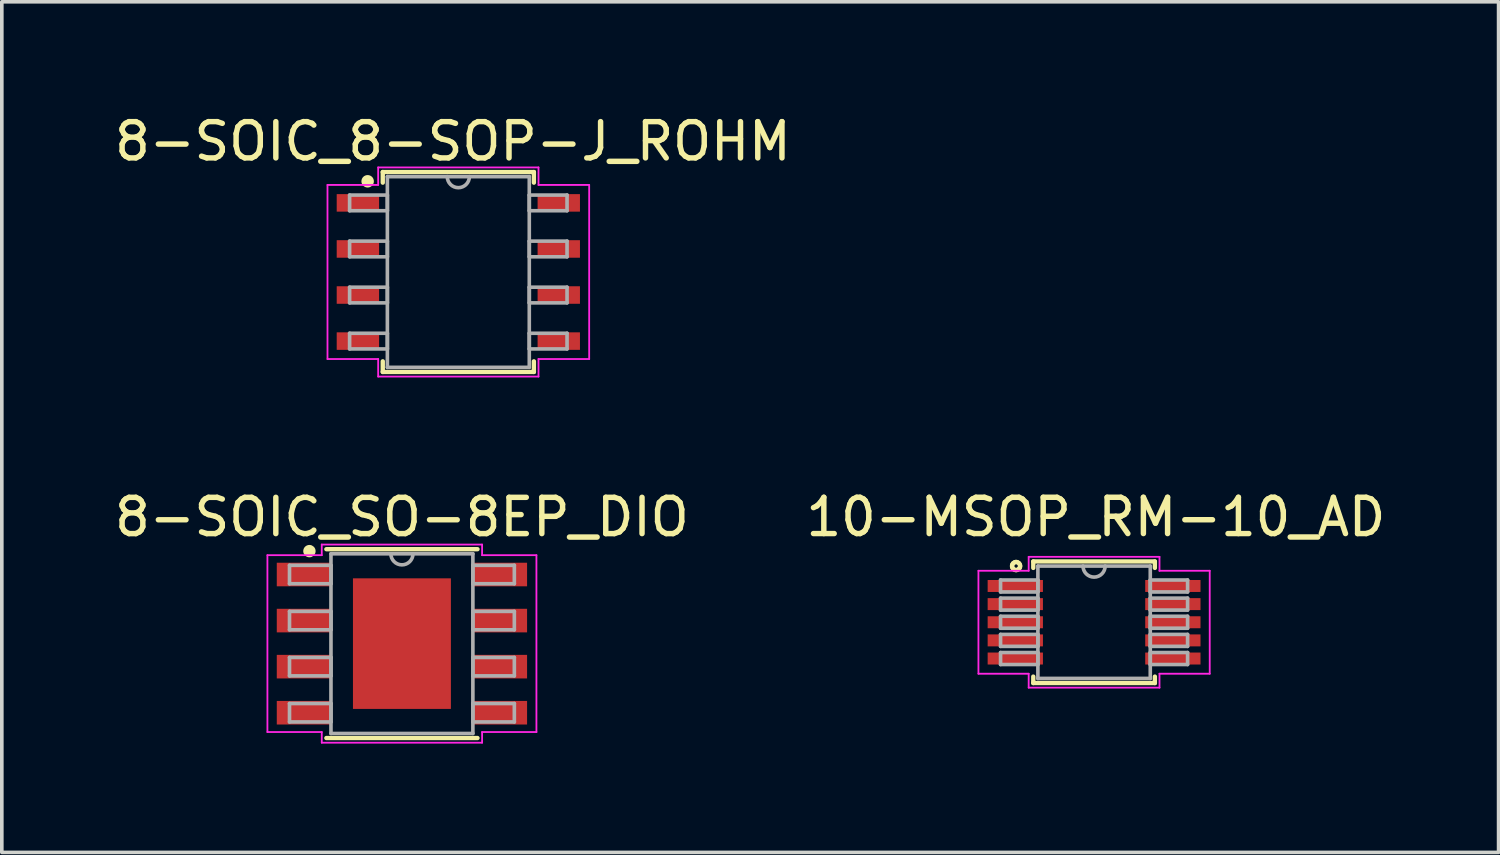
<source format=kicad_pcb>
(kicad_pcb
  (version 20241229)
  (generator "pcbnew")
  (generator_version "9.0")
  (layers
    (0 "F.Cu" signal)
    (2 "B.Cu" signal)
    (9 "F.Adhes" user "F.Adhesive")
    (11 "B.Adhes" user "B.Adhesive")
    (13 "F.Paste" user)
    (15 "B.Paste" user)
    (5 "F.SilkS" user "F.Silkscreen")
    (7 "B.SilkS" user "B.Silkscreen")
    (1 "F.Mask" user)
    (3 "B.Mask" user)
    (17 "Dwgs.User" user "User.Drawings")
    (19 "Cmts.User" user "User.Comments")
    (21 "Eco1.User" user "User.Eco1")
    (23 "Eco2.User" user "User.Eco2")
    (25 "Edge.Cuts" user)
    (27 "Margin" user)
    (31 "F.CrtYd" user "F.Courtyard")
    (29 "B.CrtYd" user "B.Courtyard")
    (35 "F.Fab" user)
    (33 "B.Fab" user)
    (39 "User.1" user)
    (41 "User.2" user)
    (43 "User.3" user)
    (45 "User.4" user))
  (footprint "8-SOIC_SO-8EP_DIO"
    (layer "F.Cu")
    (at 8.03 14.693)
    (property "Reference" "8-SOIC_SO-8EP_DIO" (at 0 -3.488 0) (layer "F.SilkS") (effects (font (size 1 1) (thickness 0.15))))
    (attr smd)
    (fp_line (start -2.083 2.603) (end 2.083 2.603) (stroke (width 0.12) (type solid)) (layer "F.SilkS"))
    (fp_line (start 2.083 -2.603) (end -2.083 -2.603) (stroke (width 0.12) (type solid)) (layer "F.SilkS"))
    (fp_circle (center -2.55 -2.55) (end -2.55 -2.55) (stroke (width 0.12) (type solid)) (fill no) (layer "F.SilkS"))
    (fp_circle (center -2.55 -2.55) (end -2.441 -2.532) (stroke (width 0.12) (type solid)) (fill no) (layer "F.SilkS"))
    (fp_poly (pts (xy -1.107 -1.437) (xy -1.107 -0.1) (xy 1.107 -0.1) (xy 1.107 -1.437)) (stroke (width 0.1) (type solid)) (fill yes) (layer "F.Paste"))
    (fp_poly (pts (xy -1.107 0.1) (xy -1.107 1.437) (xy 1.107 1.437) (xy 1.107 0.1)) (stroke (width 0.1) (type solid)) (fill yes) (layer "F.Paste"))
    (fp_line (start -3.708 -2.438) (end -2.21 -2.438) (stroke (width 0.05) (type solid)) (layer "F.CrtYd"))
    (fp_line (start -3.708 2.438) (end -3.708 -2.438) (stroke (width 0.05) (type solid)) (layer "F.CrtYd"))
    (fp_line (start -2.21 -2.731) (end 2.21 -2.731) (stroke (width 0.05) (type solid)) (layer "F.CrtYd"))
    (fp_line (start -2.21 -2.438) (end -2.21 -2.731) (stroke (width 0.05) (type solid)) (layer "F.CrtYd"))
    (fp_line (start -2.21 2.438) (end -3.708 2.438) (stroke (width 0.05) (type solid)) (layer "F.CrtYd"))
    (fp_line (start -2.21 2.731) (end -2.21 2.438) (stroke (width 0.05) (type solid)) (layer "F.CrtYd"))
    (fp_line (start 2.21 -2.731) (end 2.21 -2.438) (stroke (width 0.05) (type solid)) (layer "F.CrtYd"))
    (fp_line (start 2.21 -2.438) (end 3.708 -2.438) (stroke (width 0.05) (type solid)) (layer "F.CrtYd"))
    (fp_line (start 2.21 2.438) (end 2.21 2.731) (stroke (width 0.05) (type solid)) (layer "F.CrtYd"))
    (fp_line (start 2.21 2.731) (end -2.21 2.731) (stroke (width 0.05) (type solid)) (layer "F.CrtYd"))
    (fp_line (start 3.708 -2.438) (end 3.708 2.438) (stroke (width 0.05) (type solid)) (layer "F.CrtYd"))
    (fp_line (start 3.708 2.438) (end 2.21 2.438) (stroke (width 0.05) (type solid)) (layer "F.CrtYd"))
    (fp_line (start -3.099 -2.159) (end -3.099 -1.651) (stroke (width 0.1) (type solid)) (layer "F.Fab"))
    (fp_line (start -3.099 -1.651) (end -1.956 -1.651) (stroke (width 0.1) (type solid)) (layer "F.Fab"))
    (fp_line (start -3.099 -0.889) (end -3.099 -0.381) (stroke (width 0.1) (type solid)) (layer "F.Fab"))
    (fp_line (start -3.099 -0.381) (end -1.956 -0.381) (stroke (width 0.1) (type solid)) (layer "F.Fab"))
    (fp_line (start -3.099 0.381) (end -3.099 0.889) (stroke (width 0.1) (type solid)) (layer "F.Fab"))
    (fp_line (start -3.099 0.889) (end -1.956 0.889) (stroke (width 0.1) (type solid)) (layer "F.Fab"))
    (fp_line (start -3.099 1.651) (end -3.099 2.159) (stroke (width 0.1) (type solid)) (layer "F.Fab"))
    (fp_line (start -3.099 2.159) (end -1.956 2.159) (stroke (width 0.1) (type solid)) (layer "F.Fab"))
    (fp_line (start -1.956 -2.477) (end -1.956 2.477) (stroke (width 0.1) (type solid)) (layer "F.Fab"))
    (fp_line (start -1.956 -2.159) (end -3.099 -2.159) (stroke (width 0.1) (type solid)) (layer "F.Fab"))
    (fp_line (start -1.956 -1.651) (end -1.956 -2.159) (stroke (width 0.1) (type solid)) (layer "F.Fab"))
    (fp_line (start -1.956 -0.889) (end -3.099 -0.889) (stroke (width 0.1) (type solid)) (layer "F.Fab"))
    (fp_line (start -1.956 -0.381) (end -1.956 -0.889) (stroke (width 0.1) (type solid)) (layer "F.Fab"))
    (fp_line (start -1.956 0.381) (end -3.099 0.381) (stroke (width 0.1) (type solid)) (layer "F.Fab"))
    (fp_line (start -1.956 0.889) (end -1.956 0.381) (stroke (width 0.1) (type solid)) (layer "F.Fab"))
    (fp_line (start -1.956 1.651) (end -3.099 1.651) (stroke (width 0.1) (type solid)) (layer "F.Fab"))
    (fp_line (start -1.956 2.159) (end -1.956 1.651) (stroke (width 0.1) (type solid)) (layer "F.Fab"))
    (fp_line (start -1.956 2.477) (end 1.956 2.477) (stroke (width 0.1) (type solid)) (layer "F.Fab"))
    (fp_line (start 1.956 -2.477) (end -1.956 -2.477) (stroke (width 0.1) (type solid)) (layer "F.Fab"))
    (fp_line (start 1.956 -2.159) (end 1.956 -1.651) (stroke (width 0.1) (type solid)) (layer "F.Fab"))
    (fp_line (start 1.956 -1.651) (end 3.099 -1.651) (stroke (width 0.1) (type solid)) (layer "F.Fab"))
    (fp_line (start 1.956 -0.889) (end 1.956 -0.381) (stroke (width 0.1) (type solid)) (layer "F.Fab"))
    (fp_line (start 1.956 -0.381) (end 3.099 -0.381) (stroke (width 0.1) (type solid)) (layer "F.Fab"))
    (fp_line (start 1.956 0.381) (end 1.956 0.889) (stroke (width 0.1) (type solid)) (layer "F.Fab"))
    (fp_line (start 1.956 0.889) (end 3.099 0.889) (stroke (width 0.1) (type solid)) (layer "F.Fab"))
    (fp_line (start 1.956 1.651) (end 1.956 2.159) (stroke (width 0.1) (type solid)) (layer "F.Fab"))
    (fp_line (start 1.956 2.159) (end 3.099 2.159) (stroke (width 0.1) (type solid)) (layer "F.Fab"))
    (fp_line (start 1.956 2.477) (end 1.956 -2.477) (stroke (width 0.1) (type solid)) (layer "F.Fab"))
    (fp_line (start 3.099 -2.159) (end 1.956 -2.159) (stroke (width 0.1) (type solid)) (layer "F.Fab"))
    (fp_line (start 3.099 -1.651) (end 3.099 -2.159) (stroke (width 0.1) (type solid)) (layer "F.Fab"))
    (fp_line (start 3.099 -0.889) (end 1.956 -0.889) (stroke (width 0.1) (type solid)) (layer "F.Fab"))
    (fp_line (start 3.099 -0.381) (end 3.099 -0.889) (stroke (width 0.1) (type solid)) (layer "F.Fab"))
    (fp_line (start 3.099 0.381) (end 1.956 0.381) (stroke (width 0.1) (type solid)) (layer "F.Fab"))
    (fp_line (start 3.099 0.889) (end 3.099 0.381) (stroke (width 0.1) (type solid)) (layer "F.Fab"))
    (fp_line (start 3.099 1.651) (end 1.956 1.651) (stroke (width 0.1) (type solid)) (layer "F.Fab"))
    (fp_line (start 3.099 2.159) (end 3.099 1.651) (stroke (width 0.1) (type solid)) (layer "F.Fab"))
    (fp_arc (start 0.3048 -2.4765) (mid 0 -2.1717) (end -0.3048 -2.4765) (stroke (width 0.1) (type solid)) (layer "F.Fab"))
    (pad "1" smd rect (at -2.7 -1.905) (size 1.5 0.65) (layers "F.Cu" "F.Mask" "F.Paste"))
    (pad "2" smd rect (at -2.7 -0.635) (size 1.5 0.65) (layers "F.Cu" "F.Mask" "F.Paste"))
    (pad "3" smd rect (at -2.7 0.635) (size 1.5 0.65) (layers "F.Cu" "F.Mask" "F.Paste"))
    (pad "4" smd rect (at -2.7 1.905) (size 1.5 0.65) (layers "F.Cu" "F.Mask" "F.Paste"))
    (pad "5" smd rect (at 2.7 1.905) (size 1.5 0.65) (layers "F.Cu" "F.Mask" "F.Paste"))
    (pad "6" smd rect (at 2.7 0.635) (size 1.5 0.65) (layers "F.Cu" "F.Mask" "F.Paste"))
    (pad "7" smd rect (at 2.7 -0.635) (size 1.5 0.65) (layers "F.Cu" "F.Mask" "F.Paste"))
    (pad "8" smd rect (at 2.7 -1.905) (size 1.5 0.65) (layers "F.Cu" "F.Mask" "F.Paste"))
    (pad "EPAD" smd rect (at 0 0) (size 2.7 3.6) (layers "F.Cu" "F.Mask")))
  (footprint "8-SOIC_8-SOP-J_ROHM"
    (layer "F.Cu")
    (at 9.585 4.448)
    (property "Reference" "8-SOIC_8-SOP-J_ROHM" (at -0.15 -3.6 0) (layer "F.SilkS") (effects (font (size 1 1) (thickness 0.15))))
    (attr smd)
    (fp_line (start -2.083 -2.756) (end -2.083 -2.463) (stroke (width 0.12) (type solid)) (layer "F.SilkS"))
    (fp_line (start -2.083 2.463) (end -2.083 2.756) (stroke (width 0.12) (type solid)) (layer "F.SilkS"))
    (fp_line (start -2.083 2.756) (end 2.083 2.756) (stroke (width 0.12) (type solid)) (layer "F.SilkS"))
    (fp_line (start 2.083 -2.756) (end -2.083 -2.756) (stroke (width 0.12) (type solid)) (layer "F.SilkS"))
    (fp_line (start 2.083 -2.463) (end 2.083 -2.756) (stroke (width 0.12) (type solid)) (layer "F.SilkS"))
    (fp_line (start 2.083 2.756) (end 2.083 2.463) (stroke (width 0.12) (type solid)) (layer "F.SilkS"))
    (fp_circle (center -2.5 -2.5) (end -2.5 -2.5) (stroke (width 0.12) (type solid)) (fill no) (layer "F.SilkS"))
    (fp_circle (center -2.5 -2.5) (end -2.45 -2.4) (stroke (width 0.12) (type solid)) (fill no) (layer "F.SilkS"))
    (fp_line (start -3.607 -2.4) (end -2.21 -2.4) (stroke (width 0.05) (type solid)) (layer "F.CrtYd"))
    (fp_line (start -3.607 2.4) (end -3.607 -2.4) (stroke (width 0.05) (type solid)) (layer "F.CrtYd"))
    (fp_line (start -2.21 -2.883) (end 2.21 -2.883) (stroke (width 0.05) (type solid)) (layer "F.CrtYd"))
    (fp_line (start -2.21 -2.4) (end -2.21 -2.883) (stroke (width 0.05) (type solid)) (layer "F.CrtYd"))
    (fp_line (start -2.21 2.4) (end -3.607 2.4) (stroke (width 0.05) (type solid)) (layer "F.CrtYd"))
    (fp_line (start -2.21 2.883) (end -2.21 2.4) (stroke (width 0.05) (type solid)) (layer "F.CrtYd"))
    (fp_line (start 2.21 -2.883) (end 2.21 -2.4) (stroke (width 0.05) (type solid)) (layer "F.CrtYd"))
    (fp_line (start 2.21 -2.4) (end 3.607 -2.4) (stroke (width 0.05) (type solid)) (layer "F.CrtYd"))
    (fp_line (start 2.21 2.4) (end 2.21 2.883) (stroke (width 0.05) (type solid)) (layer "F.CrtYd"))
    (fp_line (start 2.21 2.883) (end -2.21 2.883) (stroke (width 0.05) (type solid)) (layer "F.CrtYd"))
    (fp_line (start 3.607 -2.4) (end 3.607 2.4) (stroke (width 0.05) (type solid)) (layer "F.CrtYd"))
    (fp_line (start 3.607 2.4) (end 2.21 2.4) (stroke (width 0.05) (type solid)) (layer "F.CrtYd"))
    (fp_line (start -2.997 -2.121) (end -2.997 -1.689) (stroke (width 0.1) (type solid)) (layer "F.Fab"))
    (fp_line (start -2.997 -1.689) (end -1.956 -1.689) (stroke (width 0.1) (type solid)) (layer "F.Fab"))
    (fp_line (start -2.997 -0.851) (end -2.997 -0.419) (stroke (width 0.1) (type solid)) (layer "F.Fab"))
    (fp_line (start -2.997 -0.419) (end -1.956 -0.419) (stroke (width 0.1) (type solid)) (layer "F.Fab"))
    (fp_line (start -2.997 0.419) (end -2.997 0.851) (stroke (width 0.1) (type solid)) (layer "F.Fab"))
    (fp_line (start -2.997 0.851) (end -1.956 0.851) (stroke (width 0.1) (type solid)) (layer "F.Fab"))
    (fp_line (start -2.997 1.689) (end -2.997 2.121) (stroke (width 0.1) (type solid)) (layer "F.Fab"))
    (fp_line (start -2.997 2.121) (end -1.956 2.121) (stroke (width 0.1) (type solid)) (layer "F.Fab"))
    (fp_line (start -1.956 -2.629) (end -1.956 2.629) (stroke (width 0.1) (type solid)) (layer "F.Fab"))
    (fp_line (start -1.956 -2.121) (end -2.997 -2.121) (stroke (width 0.1) (type solid)) (layer "F.Fab"))
    (fp_line (start -1.956 -1.689) (end -1.956 -2.121) (stroke (width 0.1) (type solid)) (layer "F.Fab"))
    (fp_line (start -1.956 -0.851) (end -2.997 -0.851) (stroke (width 0.1) (type solid)) (layer "F.Fab"))
    (fp_line (start -1.956 -0.419) (end -1.956 -0.851) (stroke (width 0.1) (type solid)) (layer "F.Fab"))
    (fp_line (start -1.956 0.419) (end -2.997 0.419) (stroke (width 0.1) (type solid)) (layer "F.Fab"))
    (fp_line (start -1.956 0.851) (end -1.956 0.419) (stroke (width 0.1) (type solid)) (layer "F.Fab"))
    (fp_line (start -1.956 1.689) (end -2.997 1.689) (stroke (width 0.1) (type solid)) (layer "F.Fab"))
    (fp_line (start -1.956 2.121) (end -1.956 1.689) (stroke (width 0.1) (type solid)) (layer "F.Fab"))
    (fp_line (start -1.956 2.629) (end 1.956 2.629) (stroke (width 0.1) (type solid)) (layer "F.Fab"))
    (fp_line (start 1.956 -2.629) (end -1.956 -2.629) (stroke (width 0.1) (type solid)) (layer "F.Fab"))
    (fp_line (start 1.956 -2.121) (end 1.956 -1.689) (stroke (width 0.1) (type solid)) (layer "F.Fab"))
    (fp_line (start 1.956 -1.689) (end 2.997 -1.689) (stroke (width 0.1) (type solid)) (layer "F.Fab"))
    (fp_line (start 1.956 -0.851) (end 1.956 -0.419) (stroke (width 0.1) (type solid)) (layer "F.Fab"))
    (fp_line (start 1.956 -0.419) (end 2.997 -0.419) (stroke (width 0.1) (type solid)) (layer "F.Fab"))
    (fp_line (start 1.956 0.419) (end 1.956 0.851) (stroke (width 0.1) (type solid)) (layer "F.Fab"))
    (fp_line (start 1.956 0.851) (end 2.997 0.851) (stroke (width 0.1) (type solid)) (layer "F.Fab"))
    (fp_line (start 1.956 1.689) (end 1.956 2.121) (stroke (width 0.1) (type solid)) (layer "F.Fab"))
    (fp_line (start 1.956 2.121) (end 2.997 2.121) (stroke (width 0.1) (type solid)) (layer "F.Fab"))
    (fp_line (start 1.956 2.629) (end 1.956 -2.629) (stroke (width 0.1) (type solid)) (layer "F.Fab"))
    (fp_line (start 2.997 -2.121) (end 1.956 -2.121) (stroke (width 0.1) (type solid)) (layer "F.Fab"))
    (fp_line (start 2.997 -1.689) (end 2.997 -2.121) (stroke (width 0.1) (type solid)) (layer "F.Fab"))
    (fp_line (start 2.997 -0.851) (end 1.956 -0.851) (stroke (width 0.1) (type solid)) (layer "F.Fab"))
    (fp_line (start 2.997 -0.419) (end 2.997 -0.851) (stroke (width 0.1) (type solid)) (layer "F.Fab"))
    (fp_line (start 2.997 0.419) (end 1.956 0.419) (stroke (width 0.1) (type solid)) (layer "F.Fab"))
    (fp_line (start 2.997 0.851) (end 2.997 0.419) (stroke (width 0.1) (type solid)) (layer "F.Fab"))
    (fp_line (start 2.997 1.689) (end 1.956 1.689) (stroke (width 0.1) (type solid)) (layer "F.Fab"))
    (fp_line (start 2.997 2.121) (end 2.997 1.689) (stroke (width 0.1) (type solid)) (layer "F.Fab"))
    (fp_arc (start 0.3048 -2.6289) (mid 0 -2.3241) (end -0.3048 -2.6289) (stroke (width 0.1) (type solid)) (layer "F.Fab"))
    (pad "1" smd rect (at -2.769 -1.905) (size 1.168 0.483) (layers "F.Cu" "F.Mask" "F.Paste"))
    (pad "2" smd rect (at -2.769 -0.635) (size 1.168 0.483) (layers "F.Cu" "F.Mask" "F.Paste"))
    (pad "3" smd rect (at -2.769 0.635) (size 1.168 0.483) (layers "F.Cu" "F.Mask" "F.Paste"))
    (pad "4" smd rect (at -2.769 1.905) (size 1.168 0.483) (layers "F.Cu" "F.Mask" "F.Paste"))
    (pad "5" smd rect (at 2.769 1.905) (size 1.168 0.483) (layers "F.Cu" "F.Mask" "F.Paste"))
    (pad "6" smd rect (at 2.769 0.635) (size 1.168 0.483) (layers "F.Cu" "F.Mask" "F.Paste"))
    (pad "7" smd rect (at 2.769 -0.635) (size 1.168 0.483) (layers "F.Cu" "F.Mask" "F.Paste"))
    (pad "8" smd rect (at 2.769 -1.905) (size 1.168 0.483) (layers "F.Cu" "F.Mask" "F.Paste")))
  (footprint "10-MSOP_RM-10_AD"
    (layer "F.Cu")
    (at 27.111 14.104)
    (property "Reference" "10-MSOP_RM-10_AD" (at 0.05 -2.9 0) (layer "F.SilkS") (effects (font (size 1 1) (thickness 0.15))))
    (attr smd)
    (fp_line (start -1.676 -1.676) (end -1.676 -1.498) (stroke (width 0.12) (type solid)) (layer "F.SilkS"))
    (fp_line (start -1.676 1.498) (end -1.676 1.676) (stroke (width 0.12) (type solid)) (layer "F.SilkS"))
    (fp_line (start -1.676 1.676) (end 1.676 1.676) (stroke (width 0.12) (type solid)) (layer "F.SilkS"))
    (fp_line (start 1.676 -1.676) (end -1.676 -1.676) (stroke (width 0.12) (type solid)) (layer "F.SilkS"))
    (fp_line (start 1.676 -1.498) (end 1.676 -1.676) (stroke (width 0.12) (type solid)) (layer "F.SilkS"))
    (fp_line (start 1.676 1.676) (end 1.676 1.498) (stroke (width 0.12) (type solid)) (layer "F.SilkS"))
    (fp_circle (center -2.15 -1.55) (end -2.1 -1.55) (stroke (width 0.12) (type solid)) (fill no) (layer "F.SilkS"))
    (fp_circle (center -2.15 -1.55) (end -2.1 -1.45) (stroke (width 0.12) (type solid)) (fill no) (layer "F.SilkS"))
    (fp_line (start -3.188 -1.419) (end -1.803 -1.419) (stroke (width 0.05) (type solid)) (layer "F.CrtYd"))
    (fp_line (start -3.188 1.419) (end -3.188 -1.419) (stroke (width 0.05) (type solid)) (layer "F.CrtYd"))
    (fp_line (start -1.803 -1.803) (end 1.803 -1.803) (stroke (width 0.05) (type solid)) (layer "F.CrtYd"))
    (fp_line (start -1.803 -1.419) (end -1.803 -1.803) (stroke (width 0.05) (type solid)) (layer "F.CrtYd"))
    (fp_line (start -1.803 1.419) (end -3.188 1.419) (stroke (width 0.05) (type solid)) (layer "F.CrtYd"))
    (fp_line (start -1.803 1.803) (end -1.803 1.419) (stroke (width 0.05) (type solid)) (layer "F.CrtYd"))
    (fp_line (start 1.803 -1.803) (end 1.803 -1.419) (stroke (width 0.05) (type solid)) (layer "F.CrtYd"))
    (fp_line (start 1.803 1.419) (end 1.803 1.803) (stroke (width 0.05) (type solid)) (layer "F.CrtYd"))
    (fp_line (start 1.803 1.803) (end -1.803 1.803) (stroke (width 0.05) (type solid)) (layer "F.CrtYd"))
    (fp_line (start 3.188 -1.419) (end 1.803 -1.419) (stroke (width 0.05) (type solid)) (layer "F.CrtYd"))
    (fp_line (start 3.188 -1.419) (end 3.188 1.419) (stroke (width 0.05) (type solid)) (layer "F.CrtYd"))
    (fp_line (start 3.188 1.419) (end 1.803 1.419) (stroke (width 0.05) (type solid)) (layer "F.CrtYd"))
    (fp_line (start -2.578 -1.165) (end -2.578 -0.835) (stroke (width 0.1) (type solid)) (layer "F.Fab"))
    (fp_line (start -2.578 -0.835) (end -1.549 -0.835) (stroke (width 0.1) (type solid)) (layer "F.Fab"))
    (fp_line (start -2.578 -0.665) (end -2.578 -0.335) (stroke (width 0.1) (type solid)) (layer "F.Fab"))
    (fp_line (start -2.578 -0.335) (end -1.549 -0.335) (stroke (width 0.1) (type solid)) (layer "F.Fab"))
    (fp_line (start -2.578 -0.165) (end -2.578 0.165) (stroke (width 0.1) (type solid)) (layer "F.Fab"))
    (fp_line (start -2.578 0.165) (end -1.549 0.165) (stroke (width 0.1) (type solid)) (layer "F.Fab"))
    (fp_line (start -2.578 0.335) (end -2.578 0.665) (stroke (width 0.1) (type solid)) (layer "F.Fab"))
    (fp_line (start -2.578 0.665) (end -1.549 0.665) (stroke (width 0.1) (type solid)) (layer "F.Fab"))
    (fp_line (start -2.578 0.835) (end -2.578 1.165) (stroke (width 0.1) (type solid)) (layer "F.Fab"))
    (fp_line (start -2.578 1.165) (end -1.549 1.165) (stroke (width 0.1) (type solid)) (layer "F.Fab"))
    (fp_line (start -1.549 -1.549) (end -1.549 1.549) (stroke (width 0.1) (type solid)) (layer "F.Fab"))
    (fp_line (start -1.549 -1.165) (end -2.578 -1.165) (stroke (width 0.1) (type solid)) (layer "F.Fab"))
    (fp_line (start -1.549 -0.835) (end -1.549 -1.165) (stroke (width 0.1) (type solid)) (layer "F.Fab"))
    (fp_line (start -1.549 -0.665) (end -2.578 -0.665) (stroke (width 0.1) (type solid)) (layer "F.Fab"))
    (fp_line (start -1.549 -0.335) (end -1.549 -0.665) (stroke (width 0.1) (type solid)) (layer "F.Fab"))
    (fp_line (start -1.549 -0.165) (end -2.578 -0.165) (stroke (width 0.1) (type solid)) (layer "F.Fab"))
    (fp_line (start -1.549 0.165) (end -1.549 -0.165) (stroke (width 0.1) (type solid)) (layer "F.Fab"))
    (fp_line (start -1.549 0.335) (end -2.578 0.335) (stroke (width 0.1) (type solid)) (layer "F.Fab"))
    (fp_line (start -1.549 0.665) (end -1.549 0.335) (stroke (width 0.1) (type solid)) (layer "F.Fab"))
    (fp_line (start -1.549 0.835) (end -2.578 0.835) (stroke (width 0.1) (type solid)) (layer "F.Fab"))
    (fp_line (start -1.549 1.165) (end -1.549 0.835) (stroke (width 0.1) (type solid)) (layer "F.Fab"))
    (fp_line (start -1.549 1.549) (end 1.549 1.549) (stroke (width 0.1) (type solid)) (layer "F.Fab"))
    (fp_line (start 1.549 -1.549) (end -1.549 -1.549) (stroke (width 0.1) (type solid)) (layer "F.Fab"))
    (fp_line (start 1.549 -1.165) (end 1.549 -0.835) (stroke (width 0.1) (type solid)) (layer "F.Fab"))
    (fp_line (start 1.549 -0.835) (end 2.578 -0.835) (stroke (width 0.1) (type solid)) (layer "F.Fab"))
    (fp_line (start 1.549 -0.665) (end 1.549 -0.335) (stroke (width 0.1) (type solid)) (layer "F.Fab"))
    (fp_line (start 1.549 -0.335) (end 2.578 -0.335) (stroke (width 0.1) (type solid)) (layer "F.Fab"))
    (fp_line (start 1.549 -0.165) (end 1.549 0.165) (stroke (width 0.1) (type solid)) (layer "F.Fab"))
    (fp_line (start 1.549 0.165) (end 2.578 0.165) (stroke (width 0.1) (type solid)) (layer "F.Fab"))
    (fp_line (start 1.549 0.335) (end 1.549 0.665) (stroke (width 0.1) (type solid)) (layer "F.Fab"))
    (fp_line (start 1.549 0.665) (end 2.578 0.665) (stroke (width 0.1) (type solid)) (layer "F.Fab"))
    (fp_line (start 1.549 0.835) (end 1.549 1.165) (stroke (width 0.1) (type solid)) (layer "F.Fab"))
    (fp_line (start 1.549 1.165) (end 2.578 1.165) (stroke (width 0.1) (type solid)) (layer "F.Fab"))
    (fp_line (start 1.549 1.549) (end 1.549 -1.549) (stroke (width 0.1) (type solid)) (layer "F.Fab"))
    (fp_line (start 2.578 -1.165) (end 1.549 -1.165) (stroke (width 0.1) (type solid)) (layer "F.Fab"))
    (fp_line (start 2.578 -0.835) (end 2.578 -1.165) (stroke (width 0.1) (type solid)) (layer "F.Fab"))
    (fp_line (start 2.578 -0.665) (end 1.549 -0.665) (stroke (width 0.1) (type solid)) (layer "F.Fab"))
    (fp_line (start 2.578 -0.335) (end 2.578 -0.665) (stroke (width 0.1) (type solid)) (layer "F.Fab"))
    (fp_line (start 2.578 -0.165) (end 1.549 -0.165) (stroke (width 0.1) (type solid)) (layer "F.Fab"))
    (fp_line (start 2.578 0.165) (end 2.578 -0.165) (stroke (width 0.1) (type solid)) (layer "F.Fab"))
    (fp_line (start 2.578 0.335) (end 1.549 0.335) (stroke (width 0.1) (type solid)) (layer "F.Fab"))
    (fp_line (start 2.578 0.665) (end 2.578 0.335) (stroke (width 0.1) (type solid)) (layer "F.Fab"))
    (fp_line (start 2.578 0.835) (end 1.549 0.835) (stroke (width 0.1) (type solid)) (layer "F.Fab"))
    (fp_line (start 2.578 1.165) (end 2.578 0.835) (stroke (width 0.1) (type solid)) (layer "F.Fab"))
    (fp_arc (start 0.3048 -1.5494) (mid 0 -1.2446) (end -0.3048 -1.5494) (stroke (width 0.1) (type solid)) (layer "F.Fab"))
    (pad "1" smd rect (at -2.172 -1) (size 1.524 0.33) (layers "F.Cu" "F.Mask" "F.Paste"))
    (pad "2" smd rect (at -2.172 -0.5) (size 1.524 0.33) (layers "F.Cu" "F.Mask" "F.Paste"))
    (pad "3" smd rect (at -2.172 0) (size 1.524 0.33) (layers "F.Cu" "F.Mask" "F.Paste"))
    (pad "4" smd rect (at -2.172 0.5) (size 1.524 0.33) (layers "F.Cu" "F.Mask" "F.Paste"))
    (pad "5" smd rect (at -2.172 1) (size 1.524 0.33) (layers "F.Cu" "F.Mask" "F.Paste"))
    (pad "6" smd rect (at 2.172 1) (size 1.524 0.33) (layers "F.Cu" "F.Mask" "F.Paste"))
    (pad "7" smd rect (at 2.172 0.5) (size 1.524 0.33) (layers "F.Cu" "F.Mask" "F.Paste"))
    (pad "8" smd rect (at 2.172 0) (size 1.524 0.33) (layers "F.Cu" "F.Mask" "F.Paste"))
    (pad "9" smd rect (at 2.172 -0.5) (size 1.524 0.33) (layers "F.Cu" "F.Mask" "F.Paste"))
    (pad "10" smd rect (at 2.172 -1) (size 1.524 0.33) (layers "F.Cu" "F.Mask" "F.Paste")))
  (gr_rect
    (start -3 -3)
    (end 38.262 20.448)
    (stroke (width 0.1) (type default))
    (fill no)
    (layer "Edge.Cuts")))
</source>
